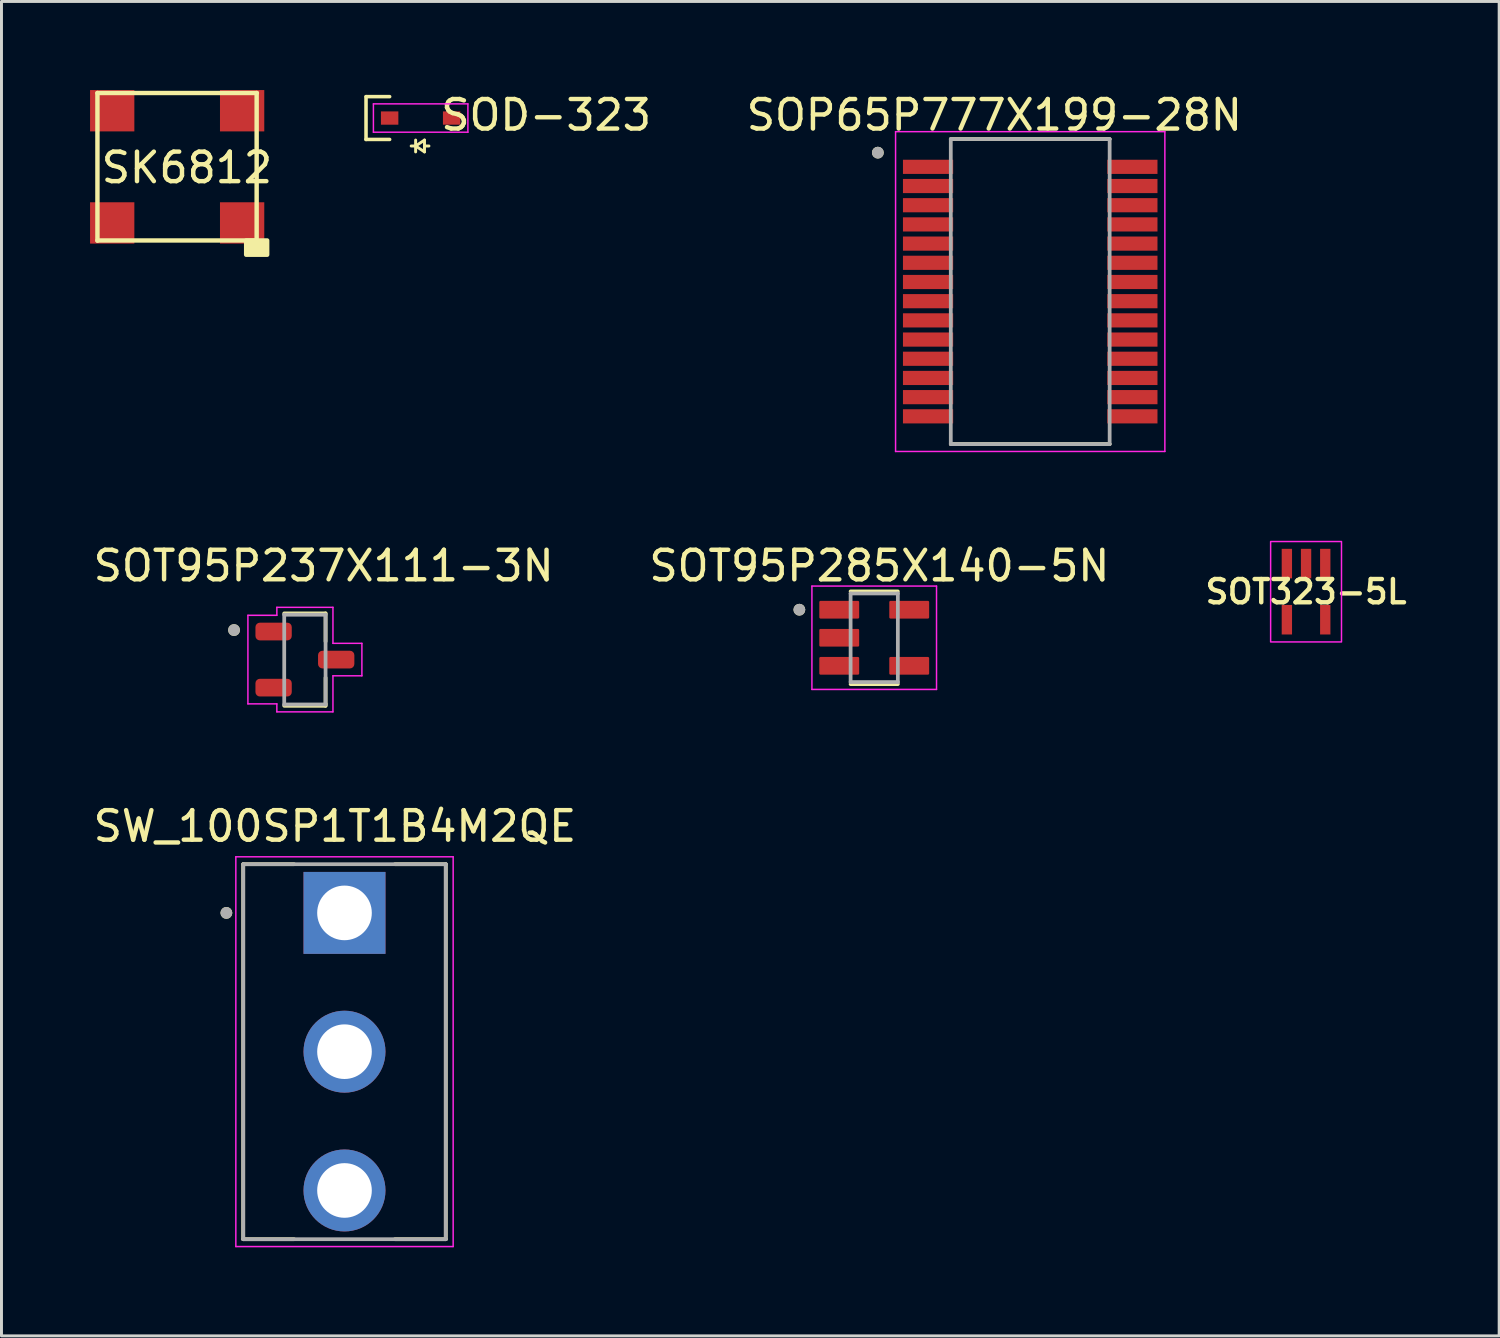
<source format=kicad_pcb>
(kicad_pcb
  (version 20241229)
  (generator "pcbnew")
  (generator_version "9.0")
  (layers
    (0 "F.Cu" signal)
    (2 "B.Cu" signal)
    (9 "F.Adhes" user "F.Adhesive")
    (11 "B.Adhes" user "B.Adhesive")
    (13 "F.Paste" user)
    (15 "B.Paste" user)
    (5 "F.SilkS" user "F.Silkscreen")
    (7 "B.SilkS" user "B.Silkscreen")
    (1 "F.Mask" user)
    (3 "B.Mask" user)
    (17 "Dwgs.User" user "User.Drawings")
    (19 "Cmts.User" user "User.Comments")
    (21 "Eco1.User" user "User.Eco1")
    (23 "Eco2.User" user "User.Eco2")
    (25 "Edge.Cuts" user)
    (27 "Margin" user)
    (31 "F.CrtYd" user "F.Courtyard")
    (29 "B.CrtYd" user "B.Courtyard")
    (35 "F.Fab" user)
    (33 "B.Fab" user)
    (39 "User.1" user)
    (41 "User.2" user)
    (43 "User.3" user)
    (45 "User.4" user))
  (footprint "SOT95P285X140-5N"
    (layer "F.Cu")
    (at 26.557 18.549)
    (property "Reference" "SOT95P285X140-5N" (at 0.175 -2.435 0) (layer "F.SilkS") (effects (font (size 1 1) (thickness 0.15))))
    (attr through_hole)
    (fp_line (start -0.8 -1.57) (end 0.8 -1.57) (stroke (width 0.127) (type solid)) (layer "F.SilkS"))
    (fp_line (start -0.8 1.57) (end 0.8 1.57) (stroke (width 0.127) (type solid)) (layer "F.SilkS"))
    (fp_circle (center -2.535 -0.95) (end -2.435 -0.95) (stroke (width 0.2) (type solid)) (fill no) (layer "F.SilkS"))
    (fp_line (start -2.11 -1.75) (end -2.11 1.75) (stroke (width 0.05) (type solid)) (layer "F.CrtYd"))
    (fp_line (start -2.11 -1.75) (end 2.11 -1.75) (stroke (width 0.05) (type solid)) (layer "F.CrtYd"))
    (fp_line (start -2.11 1.75) (end 2.11 1.75) (stroke (width 0.05) (type solid)) (layer "F.CrtYd"))
    (fp_line (start 2.11 -1.75) (end 2.11 1.75) (stroke (width 0.05) (type solid)) (layer "F.CrtYd"))
    (fp_line (start -0.8 -1.5) (end -0.8 1.5) (stroke (width 0.127) (type solid)) (layer "F.Fab"))
    (fp_line (start -0.8 -1.5) (end 0.8 -1.5) (stroke (width 0.127) (type solid)) (layer "F.Fab"))
    (fp_line (start -0.8 1.5) (end 0.8 1.5) (stroke (width 0.127) (type solid)) (layer "F.Fab"))
    (fp_line (start 0.8 -1.5) (end 0.8 1.5) (stroke (width 0.127) (type solid)) (layer "F.Fab"))
    (fp_circle (center -2.535 -0.95) (end -2.435 -0.95) (stroke (width 0.2) (type solid)) (fill no) (layer "F.Fab"))
    (pad "1" smd roundrect (at -1.185 -0.95) (size 1.35 0.6) (layers "F.Cu" "F.Mask" "F.Paste") (roundrect_rratio 0.07))
    (pad "2" smd roundrect (at -1.185 0) (size 1.35 0.6) (layers "F.Cu" "F.Mask" "F.Paste") (roundrect_rratio 0.07))
    (pad "3" smd roundrect (at -1.185 0.95) (size 1.35 0.6) (layers "F.Cu" "F.Mask" "F.Paste") (roundrect_rratio 0.07))
    (pad "4" smd roundrect (at 1.185 0.95) (size 1.35 0.6) (layers "F.Cu" "F.Mask" "F.Paste") (roundrect_rratio 0.07))
    (pad "5" smd roundrect (at 1.185 -0.95) (size 1.35 0.6) (layers "F.Cu" "F.Mask" "F.Paste") (roundrect_rratio 0.07)))
  (footprint "SOT95P237X111-3N"
    (layer "F.Cu")
    (at 7.276 19.288)
    (property "Reference" "SOT95P237X111-3N" (at 0.635 -3.175 0) (layer "F.SilkS") (effects (font (size 1 1) (thickness 0.15))))
    (attr smd)
    (fp_line (start 0.7 -1.564) (end -0.7 -1.564) (stroke (width 0.127) (type solid)) (layer "F.SilkS"))
    (fp_line (start 0.7 -0.614) (end 0.7 -1.564) (stroke (width 0.127) (type solid)) (layer "F.SilkS"))
    (fp_line (start 0.7 0.614) (end 0.7 1.5) (stroke (width 0.127) (type solid)) (layer "F.SilkS"))
    (fp_line (start 0.7 1.5) (end 0.7 1.564) (stroke (width 0.127) (type solid)) (layer "F.SilkS"))
    (fp_line (start 0.7 1.564) (end -0.7 1.564) (stroke (width 0.127) (type solid)) (layer "F.SilkS"))
    (fp_circle (center -2.4 -1) (end -2.3 -1) (stroke (width 0.2) (type solid)) (fill no) (layer "F.SilkS"))
    (fp_line (start -1.93 -1.5) (end -0.95 -1.5) (stroke (width 0.05) (type solid)) (layer "F.CrtYd"))
    (fp_line (start -1.93 1.5) (end -1.93 -1.5) (stroke (width 0.05) (type solid)) (layer "F.CrtYd"))
    (fp_line (start -0.95 -1.77) (end 0.95 -1.77) (stroke (width 0.05) (type solid)) (layer "F.CrtYd"))
    (fp_line (start -0.95 -1.5) (end -0.95 -1.77) (stroke (width 0.05) (type solid)) (layer "F.CrtYd"))
    (fp_line (start -0.95 1.5) (end -1.93 1.5) (stroke (width 0.05) (type solid)) (layer "F.CrtYd"))
    (fp_line (start -0.95 1.77) (end -0.95 1.5) (stroke (width 0.05) (type solid)) (layer "F.CrtYd"))
    (fp_line (start 0.95 -1.77) (end 0.95 -0.55) (stroke (width 0.05) (type solid)) (layer "F.CrtYd"))
    (fp_line (start 0.95 -0.55) (end 1.93 -0.55) (stroke (width 0.05) (type solid)) (layer "F.CrtYd"))
    (fp_line (start 0.95 0.55) (end 0.95 1.77) (stroke (width 0.05) (type solid)) (layer "F.CrtYd"))
    (fp_line (start 0.95 1.77) (end -0.95 1.77) (stroke (width 0.05) (type solid)) (layer "F.CrtYd"))
    (fp_line (start 1.93 -0.55) (end 1.93 0.55) (stroke (width 0.05) (type solid)) (layer "F.CrtYd"))
    (fp_line (start 1.93 0.55) (end 0.95 0.55) (stroke (width 0.05) (type solid)) (layer "F.CrtYd"))
    (fp_line (start -0.7 -1.52) (end 0.7 -1.52) (stroke (width 0.127) (type solid)) (layer "F.Fab"))
    (fp_line (start -0.7 1.52) (end -0.7 -1.52) (stroke (width 0.127) (type solid)) (layer "F.Fab"))
    (fp_line (start 0.7 -1.52) (end 0.7 1.52) (stroke (width 0.127) (type solid)) (layer "F.Fab"))
    (fp_line (start 0.7 1.52) (end -0.7 1.52) (stroke (width 0.127) (type solid)) (layer "F.Fab"))
    (fp_circle (center -2.4 -1) (end -2.3 -1) (stroke (width 0.2) (type solid)) (fill no) (layer "F.Fab"))
    (pad "1" smd roundrect (at -1.06 -0.95) (size 1.23 0.6) (layers "F.Cu" "F.Mask" "F.Paste") (roundrect_rratio 0.25))
    (pad "2" smd roundrect (at -1.06 0.95) (size 1.23 0.6) (layers "F.Cu" "F.Mask" "F.Paste") (roundrect_rratio 0.25))
    (pad "3" smd roundrect (at 1.06 0) (size 1.23 0.6) (layers "F.Cu" "F.Mask" "F.Paste") (roundrect_rratio 0.25)))
  (footprint "SOT323-5L"
    (layer "F.Cu")
    (at 41.182 16.99)
    (property "Reference" "SOT323-5L" (at 0 0 0) (layer "F.SilkS") (effects (font (size 0.787 0.787) (thickness 0.15))))
    (attr smd)
    (fp_rect (start -1.2 -1.7) (end 1.2 1.7) (stroke (width 0.05) (type default)) (fill no) (layer "F.CrtYd"))
    (pad "1" smd rect (at 0.65 -0.953) (size 0.35 1) (layers "F.Cu" "F.Mask" "F.Paste"))
    (pad "2" smd rect (at 0 -0.953) (size 0.35 1) (layers "F.Cu" "F.Mask" "F.Paste"))
    (pad "3" smd rect (at -0.65 -0.953) (size 0.35 1) (layers "F.Cu" "F.Mask" "F.Paste"))
    (pad "4" smd rect (at 0.65 0.948) (size 0.35 1) (layers "F.Cu" "F.Mask" "F.Paste"))
    (pad "5" smd rect (at -0.65 0.948) (size 0.35 1) (layers "F.Cu" "F.Mask" "F.Paste")))
  (footprint "SOP65P777X199-28N"
    (layer "F.Cu")
    (at 31.84 6.825)
    (property "Reference" "SOP65P777X199-28N" (at -1.215 -5.977 0) (layer "F.SilkS") (effects (font (size 1 1) (thickness 0.15))))
    (attr through_hole)
    (fp_line (start -2.69 -5.165) (end 2.69 -5.165) (stroke (width 0.127) (type solid)) (layer "F.SilkS"))
    (fp_line (start -2.69 5.165) (end 2.69 5.165) (stroke (width 0.127) (type solid)) (layer "F.SilkS"))
    (fp_circle (center -5.16 -4.705) (end -5.06 -4.705) (stroke (width 0.2) (type solid)) (fill no) (layer "F.SilkS"))
    (fp_line (start -4.56 -5.415) (end -4.56 5.415) (stroke (width 0.05) (type solid)) (layer "F.CrtYd"))
    (fp_line (start -4.56 -5.415) (end 4.56 -5.415) (stroke (width 0.05) (type solid)) (layer "F.CrtYd"))
    (fp_line (start -4.56 5.415) (end 4.56 5.415) (stroke (width 0.05) (type solid)) (layer "F.CrtYd"))
    (fp_line (start 4.56 -5.415) (end 4.56 5.415) (stroke (width 0.05) (type solid)) (layer "F.CrtYd"))
    (fp_line (start -2.69 -5.165) (end -2.69 5.165) (stroke (width 0.127) (type solid)) (layer "F.Fab"))
    (fp_line (start -2.69 -5.165) (end 2.69 -5.165) (stroke (width 0.127) (type solid)) (layer "F.Fab"))
    (fp_line (start -2.69 5.165) (end 2.69 5.165) (stroke (width 0.127) (type solid)) (layer "F.Fab"))
    (fp_line (start 2.69 -5.165) (end 2.69 5.165) (stroke (width 0.127) (type solid)) (layer "F.Fab"))
    (fp_circle (center -5.16 -4.705) (end -5.06 -4.705) (stroke (width 0.2) (type solid)) (fill no) (layer "F.Fab"))
    (pad "1" smd rect (at -3.46 -4.225) (size 1.7 0.48) (layers "F.Cu" "F.Mask" "F.Paste"))
    (pad "2" smd rect (at -3.46 -3.575) (size 1.7 0.48) (layers "F.Cu" "F.Mask" "F.Paste"))
    (pad "3" smd rect (at -3.46 -2.925) (size 1.7 0.48) (layers "F.Cu" "F.Mask" "F.Paste"))
    (pad "4" smd rect (at -3.46 -2.275) (size 1.7 0.48) (layers "F.Cu" "F.Mask" "F.Paste"))
    (pad "5" smd rect (at -3.46 -1.625) (size 1.7 0.48) (layers "F.Cu" "F.Mask" "F.Paste"))
    (pad "6" smd rect (at -3.46 -0.975) (size 1.7 0.48) (layers "F.Cu" "F.Mask" "F.Paste"))
    (pad "7" smd rect (at -3.46 -0.325) (size 1.7 0.48) (layers "F.Cu" "F.Mask" "F.Paste"))
    (pad "8" smd rect (at -3.46 0.325) (size 1.7 0.48) (layers "F.Cu" "F.Mask" "F.Paste"))
    (pad "9" smd rect (at -3.46 0.975) (size 1.7 0.48) (layers "F.Cu" "F.Mask" "F.Paste"))
    (pad "10" smd rect (at -3.46 1.625) (size 1.7 0.48) (layers "F.Cu" "F.Mask" "F.Paste"))
    (pad "11" smd rect (at -3.46 2.275) (size 1.7 0.48) (layers "F.Cu" "F.Mask" "F.Paste"))
    (pad "12" smd rect (at -3.46 2.925) (size 1.7 0.48) (layers "F.Cu" "F.Mask" "F.Paste"))
    (pad "13" smd rect (at -3.46 3.575) (size 1.7 0.48) (layers "F.Cu" "F.Mask" "F.Paste"))
    (pad "14" smd rect (at -3.46 4.225) (size 1.7 0.48) (layers "F.Cu" "F.Mask" "F.Paste"))
    (pad "15" smd rect (at 3.46 4.225) (size 1.7 0.48) (layers "F.Cu" "F.Mask" "F.Paste"))
    (pad "16" smd rect (at 3.46 3.575) (size 1.7 0.48) (layers "F.Cu" "F.Mask" "F.Paste"))
    (pad "17" smd rect (at 3.46 2.925) (size 1.7 0.48) (layers "F.Cu" "F.Mask" "F.Paste"))
    (pad "18" smd rect (at 3.46 2.275) (size 1.7 0.48) (layers "F.Cu" "F.Mask" "F.Paste"))
    (pad "19" smd rect (at 3.46 1.625) (size 1.7 0.48) (layers "F.Cu" "F.Mask" "F.Paste"))
    (pad "20" smd rect (at 3.46 0.975) (size 1.7 0.48) (layers "F.Cu" "F.Mask" "F.Paste"))
    (pad "21" smd rect (at 3.46 0.325) (size 1.7 0.48) (layers "F.Cu" "F.Mask" "F.Paste"))
    (pad "22" smd rect (at 3.46 -0.325) (size 1.7 0.48) (layers "F.Cu" "F.Mask" "F.Paste"))
    (pad "23" smd rect (at 3.46 -0.975) (size 1.7 0.48) (layers "F.Cu" "F.Mask" "F.Paste"))
    (pad "24" smd rect (at 3.46 -1.625) (size 1.7 0.48) (layers "F.Cu" "F.Mask" "F.Paste"))
    (pad "25" smd rect (at 3.46 -2.275) (size 1.7 0.48) (layers "F.Cu" "F.Mask" "F.Paste"))
    (pad "26" smd rect (at 3.46 -2.925) (size 1.7 0.48) (layers "F.Cu" "F.Mask" "F.Paste"))
    (pad "27" smd rect (at 3.46 -3.575) (size 1.7 0.48) (layers "F.Cu" "F.Mask" "F.Paste"))
    (pad "28" smd rect (at 3.46 -4.225) (size 1.7 0.48) (layers "F.Cu" "F.Mask" "F.Paste")))
  (footprint "SOD-323"
    (layer "F.Cu")
    (at 11.196 0.948)
    (property "Reference" "SOD-323" (at 4.25 -0.1 0) (layer "F.SilkS") (effects (font (size 1 1) (thickness 0.15))))
    (attr smd)
    (fp_line (start -1.85 0.725) (end -1.85 -0.725) (stroke (width 0.12) (type solid)) (layer "F.SilkS"))
    (fp_line (start -1.845 -0.725) (end -1.05 -0.725) (stroke (width 0.12) (type solid)) (layer "F.SilkS"))
    (fp_line (start -1.05 0.725) (end -1.85 0.725) (stroke (width 0.12) (type solid)) (layer "F.SilkS"))
    (fp_line (start -0.17 0.946) (end -0.32 0.946) (stroke (width 0.1) (type solid)) (layer "F.SilkS"))
    (fp_line (start -0.17 0.946) (end 0.13 1.146) (stroke (width 0.1) (type solid)) (layer "F.SilkS"))
    (fp_line (start -0.17 1.146) (end -0.17 0.746) (stroke (width 0.1) (type solid)) (layer "F.SilkS"))
    (fp_line (start 0.13 0.746) (end -0.17 0.946) (stroke (width 0.1) (type solid)) (layer "F.SilkS"))
    (fp_line (start 0.13 0.946) (end 0.28 0.946) (stroke (width 0.1) (type solid)) (layer "F.SilkS"))
    (fp_line (start 0.13 1.146) (end 0.13 0.746) (stroke (width 0.1) (type solid)) (layer "F.SilkS"))
    (fp_line (start -1.6 -0.48) (end 1.6 -0.48) (stroke (width 0.05) (type solid)) (layer "F.CrtYd"))
    (fp_line (start -1.6 0.48) (end -1.6 -0.48) (stroke (width 0.05) (type solid)) (layer "F.CrtYd"))
    (fp_line (start 1.6 -0.48) (end 1.6 0.48) (stroke (width 0.05) (type solid)) (layer "F.CrtYd"))
    (fp_line (start 1.6 0.48) (end -1.6 0.48) (stroke (width 0.05) (type solid)) (layer "F.CrtYd"))
    (pad "1" smd rect (at -1.05 0) (size 0.59 0.45) (layers "F.Cu" "F.Mask" "F.Paste"))
    (pad "2" smd rect (at 1.05 0) (size 0.59 0.45) (layers "F.Cu" "F.Mask" "F.Paste")))
  (footprint "SK6812"
    (layer "F.Cu")
    (at 2.95 0.7)
    (property "Reference" "SK6812" (at 0.33 1.93 0) (layer "F.SilkS") (effects (font (size 1 1) (thickness 0.15))))
    (attr through_hole)
    (fp_line (start -2.7 -0.6) (end -2.7 4.4) (stroke (width 0.15) (type solid)) (layer "F.SilkS"))
    (fp_line (start -2.7 -0.6) (end 2.7 -0.6) (stroke (width 0.15) (type solid)) (layer "F.SilkS"))
    (fp_line (start -2.7 4.394) (end 2.7 4.394) (stroke (width 0.15) (type solid)) (layer "F.SilkS"))
    (fp_line (start 2.692 -0.6) (end 2.692 4.4) (stroke (width 0.15) (type solid)) (layer "F.SilkS"))
    (fp_poly (pts (xy 2.337 4.394) (xy 2.337 4.877) (xy 3.048 4.877) (xy 3.048 4.394)) (stroke (width 0.15) (type solid)) (fill yes) (layer "F.SilkS"))
    (pad "1" smd rect (at 2.2 3.8) (size 1.5 1.4) (layers "F.Cu" "F.Mask" "F.Paste"))
    (pad "2" smd rect (at 2.2 0) (size 1.5 1.4) (layers "F.Cu" "F.Mask" "F.Paste"))
    (pad "3" smd rect (at -2.2 0) (size 1.5 1.4) (layers "F.Cu" "F.Mask" "F.Paste"))
    (pad "4" smd rect (at -2.2 3.8) (size 1.5 1.4) (layers "F.Cu" "F.Mask" "F.Paste")))
  (footprint "SW_100SP1T1B4M2QE"
    (layer "F.Cu")
    (at 8.617 32.567)
    (property "Reference" "SW_100SP1T1B4M2QE" (at -0.325 -7.635 0) (layer "F.SilkS") (effects (font (size 1 1) (thickness 0.15))))
    (attr through_hole)
    (fp_line (start -3.43 6.35) (end -3.43 -6.35) (stroke (width 0.127) (type solid)) (layer "F.SilkS"))
    (fp_line (start -1.71 -6.35) (end -3.43 -6.35) (stroke (width 0.127) (type solid)) (layer "F.SilkS"))
    (fp_line (start -1.71 6.35) (end -3.43 6.35) (stroke (width 0.127) (type solid)) (layer "F.SilkS"))
    (fp_line (start 3.43 -6.35) (end 1.71 -6.35) (stroke (width 0.127) (type solid)) (layer "F.SilkS"))
    (fp_line (start 3.43 -6.35) (end 3.43 6.35) (stroke (width 0.127) (type solid)) (layer "F.SilkS"))
    (fp_line (start 3.43 6.35) (end 1.71 6.35) (stroke (width 0.127) (type solid)) (layer "F.SilkS"))
    (fp_circle (center -4 -4.7) (end -3.9 -4.7) (stroke (width 0.2) (type solid)) (fill no) (layer "F.SilkS"))
    (fp_line (start -3.68 -6.6) (end -3.68 6.6) (stroke (width 0.05) (type solid)) (layer "F.CrtYd"))
    (fp_line (start -3.68 6.6) (end 3.68 6.6) (stroke (width 0.05) (type solid)) (layer "F.CrtYd"))
    (fp_line (start 3.68 -6.6) (end -3.68 -6.6) (stroke (width 0.05) (type solid)) (layer "F.CrtYd"))
    (fp_line (start 3.68 6.6) (end 3.68 -6.6) (stroke (width 0.05) (type solid)) (layer "F.CrtYd"))
    (fp_line (start -3.43 -6.35) (end -3.43 6.35) (stroke (width 0.127) (type solid)) (layer "F.Fab"))
    (fp_line (start -3.43 6.35) (end 3.43 6.35) (stroke (width 0.127) (type solid)) (layer "F.Fab"))
    (fp_line (start 3.43 -6.35) (end -3.43 -6.35) (stroke (width 0.127) (type solid)) (layer "F.Fab"))
    (fp_line (start 3.43 6.35) (end 3.43 -6.35) (stroke (width 0.127) (type solid)) (layer "F.Fab"))
    (fp_circle (center -4 -4.7) (end -3.9 -4.7) (stroke (width 0.2) (type solid)) (fill no) (layer "F.Fab"))
    (pad "1" thru_hole rect (at 0 -4.7) (size 2.775 2.775) (drill 1.85) (layers "*.Cu" "*.Mask"))
    (pad "2" thru_hole circle (at 0 0) (size 2.775 2.775) (drill 1.85) (layers "*.Cu" "*.Mask"))
    (pad "3" thru_hole circle (at 0 4.7) (size 2.775 2.775) (drill 1.85) (layers "*.Cu" "*.Mask")))
  (gr_rect
    (start -3 -3)
    (end 47.722 42.192)
    (stroke (width 0.1) (type default))
    (fill no)
    (layer "Edge.Cuts")))
</source>
